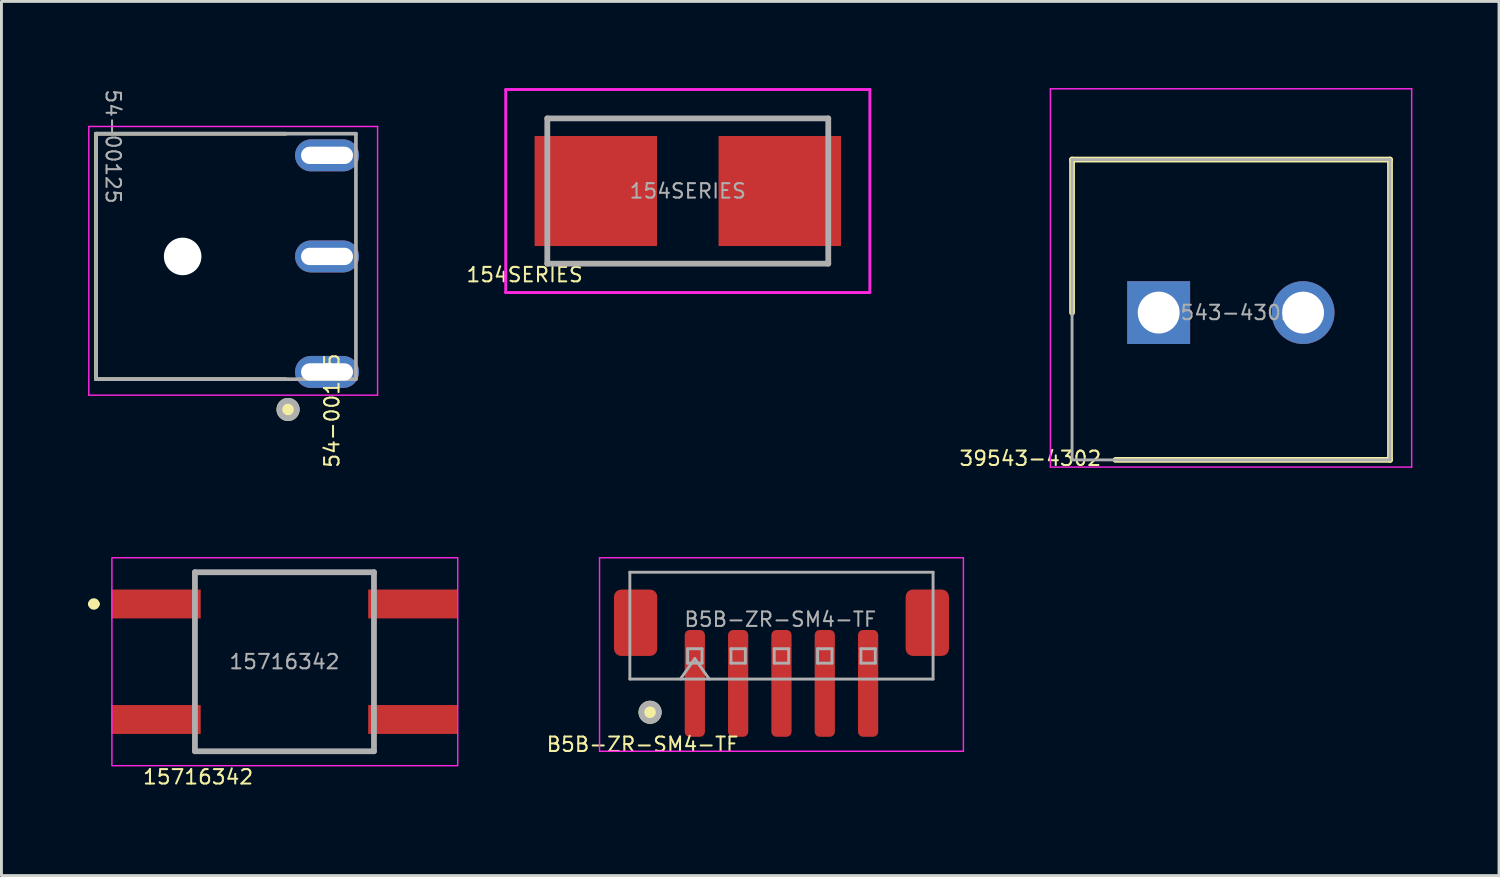
<source format=kicad_pcb>
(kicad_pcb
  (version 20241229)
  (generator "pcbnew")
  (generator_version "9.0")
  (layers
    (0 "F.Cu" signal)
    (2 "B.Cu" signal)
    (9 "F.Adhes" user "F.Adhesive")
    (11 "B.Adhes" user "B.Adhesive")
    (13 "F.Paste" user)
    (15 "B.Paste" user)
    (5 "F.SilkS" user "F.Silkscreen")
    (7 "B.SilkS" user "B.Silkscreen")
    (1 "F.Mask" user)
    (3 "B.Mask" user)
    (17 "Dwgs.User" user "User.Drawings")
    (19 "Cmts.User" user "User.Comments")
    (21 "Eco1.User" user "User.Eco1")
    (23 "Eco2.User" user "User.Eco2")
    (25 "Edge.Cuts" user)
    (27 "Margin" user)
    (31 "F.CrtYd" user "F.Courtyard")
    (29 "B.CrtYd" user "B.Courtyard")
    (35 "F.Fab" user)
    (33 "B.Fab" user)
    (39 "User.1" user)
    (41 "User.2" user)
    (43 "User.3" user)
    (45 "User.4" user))
  (footprint "15716342"
    (layer "F.Cu")
    (at 6.8 19.865)
    (property "Reference" "15716342" (at -2.99 3.99 0) (layer "F.SilkS") (effects (font (size 0.5 0.5) (thickness 0.07))))
    (attr smd)
    (fp_line (start -6.7 -2) (end -6.7 -2) (stroke (width 0.2) (type solid)) (layer "F.SilkS"))
    (fp_line (start -6.5 -2) (end -6.5 -2) (stroke (width 0.2) (type solid)) (layer "F.SilkS"))
    (fp_line (start -3.1 -3.1) (end 3.1 -3.1) (stroke (width 0.1) (type solid)) (layer "F.SilkS"))
    (fp_line (start -3.1 3.1) (end 3.1 3.1) (stroke (width 0.1) (type solid)) (layer "F.SilkS"))
    (fp_arc (start -6.7 -2) (mid -6.6 -2.1) (end -6.5 -2) (stroke (width 0.2) (type solid)) (layer "F.SilkS"))
    (fp_arc (start -6.5 -2) (mid -6.6 -1.9) (end -6.7 -2) (stroke (width 0.2) (type solid)) (layer "F.SilkS"))
    (fp_rect (start -5.975 -3.6) (end 6 3.6) (stroke (width 0.05) (type solid)) (fill no) (layer "F.CrtYd"))
    (fp_line (start -3.1 -3.1) (end 3.1 -3.1) (stroke (width 0.2) (type solid)) (layer "F.Fab"))
    (fp_line (start -3.1 3.1) (end -3.1 -3.1) (stroke (width 0.2) (type solid)) (layer "F.Fab"))
    (fp_line (start 3.1 -3.1) (end 3.1 3.1) (stroke (width 0.2) (type solid)) (layer "F.Fab"))
    (fp_line (start 3.1 3.1) (end -3.1 3.1) (stroke (width 0.2) (type solid)) (layer "F.Fab"))
    (fp_text user "${REFERENCE}" (at 0 0 0) (layer "F.Fab") (effects (font (size 0.5 0.5) (thickness 0.07))))
    (pad "1" smd rect (at -4.45 -2 90) (size 1 3.1) (layers "F.Cu" "F.Mask" "F.Paste"))
    (pad "2" smd rect (at 4.45 -2 90) (size 1 3.1) (layers "F.Cu" "F.Mask" "F.Paste"))
    (pad "3" smd rect (at -4.45 2 90) (size 1 3.1) (layers "F.Cu" "F.Mask" "F.Paste"))
    (pad "4" smd rect (at 4.45 2 90) (size 1 3.1) (layers "F.Cu" "F.Mask" "F.Paste")))
  (footprint "B5B-ZR-SM4-TF"
    (layer "F.Cu")
    (at 24.011 18.415)
    (property "Reference" "B5B-ZR-SM4-TF" (at -4.81 4.312 0) (unlocked yes) (layer "F.SilkS") (effects (font (size 0.5 0.5) (thickness 0.07))))
    (attr smd)
    (fp_circle (center -4.55 3.2) (end -4.25 3.2) (stroke (width 0.2) (type solid)) (fill yes) (layer "F.SilkS"))
    (fp_line (start -6.3 -2.15) (end -6.3 4.55) (stroke (width 0.05) (type solid)) (layer "F.CrtYd"))
    (fp_line (start -6.3 4.55) (end 6.3 4.55) (stroke (width 0.05) (type solid)) (layer "F.CrtYd"))
    (fp_line (start 6.3 -2.15) (end -6.3 -2.15) (stroke (width 0.05) (type solid)) (layer "F.CrtYd"))
    (fp_line (start 6.3 4.55) (end 6.3 -2.15) (stroke (width 0.05) (type solid)) (layer "F.CrtYd"))
    (fp_line (start -5.25 -1.65) (end 5.25 -1.65) (stroke (width 0.1) (type solid)) (layer "F.Fab"))
    (fp_line (start -5.25 2.05) (end -5.25 -1.65) (stroke (width 0.1) (type solid)) (layer "F.Fab"))
    (fp_line (start -5.25 2.05) (end 5.25 2.05) (stroke (width 0.1) (type solid)) (layer "F.Fab"))
    (fp_line (start -3.5 2.05) (end -3 1.343) (stroke (width 0.1) (type solid)) (layer "F.Fab"))
    (fp_line (start -3.25 1) (end -3.25 1.5) (stroke (width 0.1) (type solid)) (layer "F.Fab"))
    (fp_line (start -3.25 1.5) (end -2.75 1.5) (stroke (width 0.1) (type solid)) (layer "F.Fab"))
    (fp_line (start -3 1.343) (end -2.5 2.05) (stroke (width 0.1) (type solid)) (layer "F.Fab"))
    (fp_line (start -2.75 1) (end -3.25 1) (stroke (width 0.1) (type solid)) (layer "F.Fab"))
    (fp_line (start -2.75 1.5) (end -2.75 1) (stroke (width 0.1) (type solid)) (layer "F.Fab"))
    (fp_line (start -1.75 1) (end -1.75 1.5) (stroke (width 0.1) (type solid)) (layer "F.Fab"))
    (fp_line (start -1.75 1.5) (end -1.25 1.5) (stroke (width 0.1) (type solid)) (layer "F.Fab"))
    (fp_line (start -1.25 1) (end -1.75 1) (stroke (width 0.1) (type solid)) (layer "F.Fab"))
    (fp_line (start -1.25 1.5) (end -1.25 1) (stroke (width 0.1) (type solid)) (layer "F.Fab"))
    (fp_line (start -0.25 1) (end -0.25 1.5) (stroke (width 0.1) (type solid)) (layer "F.Fab"))
    (fp_line (start -0.25 1.5) (end 0.25 1.5) (stroke (width 0.1) (type solid)) (layer "F.Fab"))
    (fp_line (start 0.25 1) (end -0.25 1) (stroke (width 0.1) (type solid)) (layer "F.Fab"))
    (fp_line (start 0.25 1.5) (end 0.25 1) (stroke (width 0.1) (type solid)) (layer "F.Fab"))
    (fp_line (start 1.25 1) (end 1.25 1.5) (stroke (width 0.1) (type solid)) (layer "F.Fab"))
    (fp_line (start 1.25 1.5) (end 1.75 1.5) (stroke (width 0.1) (type solid)) (layer "F.Fab"))
    (fp_line (start 1.75 1) (end 1.25 1) (stroke (width 0.1) (type solid)) (layer "F.Fab"))
    (fp_line (start 1.75 1.5) (end 1.75 1) (stroke (width 0.1) (type solid)) (layer "F.Fab"))
    (fp_line (start 2.75 1) (end 2.75 1.5) (stroke (width 0.1) (type solid)) (layer "F.Fab"))
    (fp_line (start 2.75 1.5) (end 3.25 1.5) (stroke (width 0.1) (type solid)) (layer "F.Fab"))
    (fp_line (start 3.25 1) (end 2.75 1) (stroke (width 0.1) (type solid)) (layer "F.Fab"))
    (fp_line (start 3.25 1.5) (end 3.25 1) (stroke (width 0.1) (type solid)) (layer "F.Fab"))
    (fp_line (start 5.25 2.05) (end 5.25 -1.65) (stroke (width 0.1) (type solid)) (layer "F.Fab"))
    (fp_circle (center -4.55 3.2) (end -4.25 3.2) (stroke (width 0.2) (type solid)) (fill no) (layer "F.Fab"))
    (fp_text user "${REFERENCE}" (at -0.04 -0.018 0) (unlocked yes) (layer "F.Fab") (effects (font (size 0.5 0.5) (thickness 0.07))))
    (pad "" smd roundrect (at -5.05 0.1) (size 1.5 2.3) (layers "F.Cu" "F.Mask" "F.Paste") (roundrect_rratio 0.167))
    (pad "" smd roundrect (at 5.05 0.1) (size 1.5 2.3) (layers "F.Cu" "F.Mask" "F.Paste") (roundrect_rratio 0.167))
    (pad "1" smd roundrect (at -3 2.2) (size 0.7 3.7) (layers "F.Cu" "F.Mask" "F.Paste") (roundrect_rratio 0.25))
    (pad "2" smd roundrect (at -1.5 2.2) (size 0.7 3.7) (layers "F.Cu" "F.Mask" "F.Paste") (roundrect_rratio 0.25))
    (pad "3" smd roundrect (at 0 2.2) (size 0.7 3.7) (layers "F.Cu" "F.Mask" "F.Paste") (roundrect_rratio 0.25))
    (pad "4" smd roundrect (at 1.5 2.2) (size 0.7 3.7) (layers "F.Cu" "F.Mask" "F.Paste") (roundrect_rratio 0.25))
    (pad "5" smd roundrect (at 3 2.2) (size 0.7 3.7) (layers "F.Cu" "F.Mask" "F.Paste") (roundrect_rratio 0.25)))
  (footprint "154SERIES"
    (layer "F.Cu")
    (at 20.767 3.565)
    (property "Reference" "154SERIES" (at -5.65 2.9 0) (layer "F.SilkS") (effects (font (size 0.5 0.5) (thickness 0.07))))
    (attr smd)
    (fp_line (start -4.865 -2.515) (end 4.865 -2.515) (stroke (width 0.1) (type solid)) (layer "F.SilkS"))
    (fp_line (start -4.865 2.515) (end 4.865 2.515) (stroke (width 0.1) (type solid)) (layer "F.SilkS"))
    (fp_line (start -6.305 -3.515) (end 6.305 -3.515) (stroke (width 0.1) (type solid)) (layer "F.CrtYd"))
    (fp_line (start -6.305 3.515) (end -6.305 -3.515) (stroke (width 0.1) (type solid)) (layer "F.CrtYd"))
    (fp_line (start 6.305 -3.515) (end 6.305 3.515) (stroke (width 0.1) (type solid)) (layer "F.CrtYd"))
    (fp_line (start 6.305 3.515) (end -6.305 3.515) (stroke (width 0.1) (type solid)) (layer "F.CrtYd"))
    (fp_line (start -4.865 -2.515) (end 4.865 -2.515) (stroke (width 0.2) (type solid)) (layer "F.Fab"))
    (fp_line (start -4.865 2.515) (end -4.865 -2.515) (stroke (width 0.2) (type solid)) (layer "F.Fab"))
    (fp_line (start 4.865 -2.515) (end 4.865 2.515) (stroke (width 0.2) (type solid)) (layer "F.Fab"))
    (fp_line (start 4.865 2.515) (end -4.865 2.515) (stroke (width 0.2) (type solid)) (layer "F.Fab"))
    (fp_text user "${REFERENCE}" (at 0 0 180) (layer "F.Fab") (effects (font (size 0.5 0.5) (thickness 0.07))))
    (pad "1" smd rect (at -3.185 0 90) (size 3.81 4.24) (layers "F.Cu" "F.Mask" "F.Paste"))
    (pad "2" smd rect (at 3.185 0 90) (size 3.81 4.24) (layers "F.Cu" "F.Mask" "F.Paste")))
  (footprint "39543-4302"
    (layer "F.Cu")
    (at 39.329 7.775)
    (property "Reference" "39543-4302" (at -6.7 5.05 0) (layer "F.SilkS") (effects (font (size 0.5 0.5) (thickness 0.07))))
    (attr through_hole)
    (fp_line (start -5.255 -5.3) (end -5.255 0) (stroke (width 0.2) (type solid)) (layer "F.SilkS"))
    (fp_line (start -3.75 5.1) (end 5.755 5.1) (stroke (width 0.2) (type solid)) (layer "F.SilkS"))
    (fp_line (start 5.755 -5.3) (end -5.255 -5.3) (stroke (width 0.2) (type solid)) (layer "F.SilkS"))
    (fp_line (start 5.755 5.1) (end 5.755 -5.3) (stroke (width 0.2) (type solid)) (layer "F.SilkS"))
    (fp_line (start -6.005 -7.75) (end 6.505 -7.75) (stroke (width 0.05) (type solid)) (layer "F.CrtYd"))
    (fp_line (start -6.005 5.35) (end -6.005 -7.75) (stroke (width 0.05) (type solid)) (layer "F.CrtYd"))
    (fp_line (start 6.505 -7.75) (end 6.505 5.35) (stroke (width 0.05) (type solid)) (layer "F.CrtYd"))
    (fp_line (start 6.505 5.35) (end -6.005 5.35) (stroke (width 0.05) (type solid)) (layer "F.CrtYd"))
    (fp_line (start -5.255 -5.3) (end 5.755 -5.3) (stroke (width 0.1) (type solid)) (layer "F.Fab"))
    (fp_line (start -5.255 5.1) (end -5.255 -5.3) (stroke (width 0.1) (type solid)) (layer "F.Fab"))
    (fp_line (start 5.755 -5.3) (end 5.755 5.1) (stroke (width 0.1) (type solid)) (layer "F.Fab"))
    (fp_line (start 5.755 5.1) (end -5.255 5.1) (stroke (width 0.1) (type solid)) (layer "F.Fab"))
    (fp_text user "${REFERENCE}" (at 0 0 0) (layer "F.Fab") (effects (font (size 0.5 0.5) (thickness 0.07))))
    (pad "1" thru_hole rect (at -2.255 0) (size 2.175 2.175) (drill 1.45) (layers "*.Cu" "*.Mask"))
    (pad "2" thru_hole circle (at 2.745 0) (size 2.175 2.175) (drill 1.45) (layers "*.Cu" "*.Mask")))
  (footprint "54-00125"
    (layer "F.Cu")
    (at 4.775 6.08)
    (property "Reference" "54-00125" (at 3.67 5.09 90) (layer "F.SilkS") (effects (font (size 0.5 0.5) (thickness 0.07))))
    (attr through_hole)
    (fp_line (start -4.5 -4.5) (end 2.072 -4.5) (stroke (width 0.127) (type solid)) (layer "F.SilkS"))
    (fp_line (start -4.5 4) (end -4.5 -4.5) (stroke (width 0.127) (type solid)) (layer "F.SilkS"))
    (fp_line (start -4.5 4) (end 2.072 4) (stroke (width 0.127) (type solid)) (layer "F.SilkS"))
    (fp_circle (center 2.15 5.05) (end 2.45 5.05) (stroke (width 0.2) (type solid)) (fill yes) (layer "F.SilkS"))
    (fp_line (start -4.75 -4.75) (end -4.75 4.554) (stroke (width 0.05) (type solid)) (layer "F.CrtYd"))
    (fp_line (start -4.75 4.554) (end 5.25 4.554) (stroke (width 0.05) (type solid)) (layer "F.CrtYd"))
    (fp_line (start 5.25 -4.75) (end -4.75 -4.75) (stroke (width 0.05) (type solid)) (layer "F.CrtYd"))
    (fp_line (start 5.25 4.554) (end 5.25 -4.75) (stroke (width 0.05) (type solid)) (layer "F.CrtYd"))
    (fp_line (start -4.5 -4.5) (end 4.5 -4.5) (stroke (width 0.127) (type solid)) (layer "F.Fab"))
    (fp_line (start -4.5 4) (end -4.5 -4.5) (stroke (width 0.127) (type solid)) (layer "F.Fab"))
    (fp_line (start 4.5 -4.5) (end 4.5 4) (stroke (width 0.127) (type solid)) (layer "F.Fab"))
    (fp_line (start 4.5 4) (end -4.5 4) (stroke (width 0.127) (type solid)) (layer "F.Fab"))
    (fp_circle (center 2.15 5.05) (end 2.45 5.05) (stroke (width 0.2) (type solid)) (fill no) (layer "F.Fab"))
    (fp_text user "${REFERENCE}" (at -4.2 -6.08 270) (unlocked yes) (layer "F.Fab") (effects (font (size 0.5 0.5) (thickness 0.07)) (justify left bottom)))
    (pad "" np_thru_hole circle (at -1.5 -0.25 270) (size 1.3 1.3) (drill 1.3) (layers "*.Cu" "*.Mask"))
    (pad "1" thru_hole oval (at 3.5 3.75 270) (size 1.108 2.216) (drill oval 0.6 1.8) (layers "*.Cu" "*.Mask"))
    (pad "2" thru_hole oval (at 3.5 -0.25 270) (size 1.108 2.216) (drill oval 0.6 1.8) (layers "*.Cu" "*.Mask"))
    (pad "3" thru_hole oval (at 3.5 -3.75 270) (size 1.108 2.216) (drill oval 0.6 1.8) (layers "*.Cu" "*.Mask")))
  (gr_rect
    (start -3 -3)
    (end 48.859 27.271)
    (stroke (width 0.1) (type default))
    (fill no)
    (layer "Edge.Cuts")))
</source>
